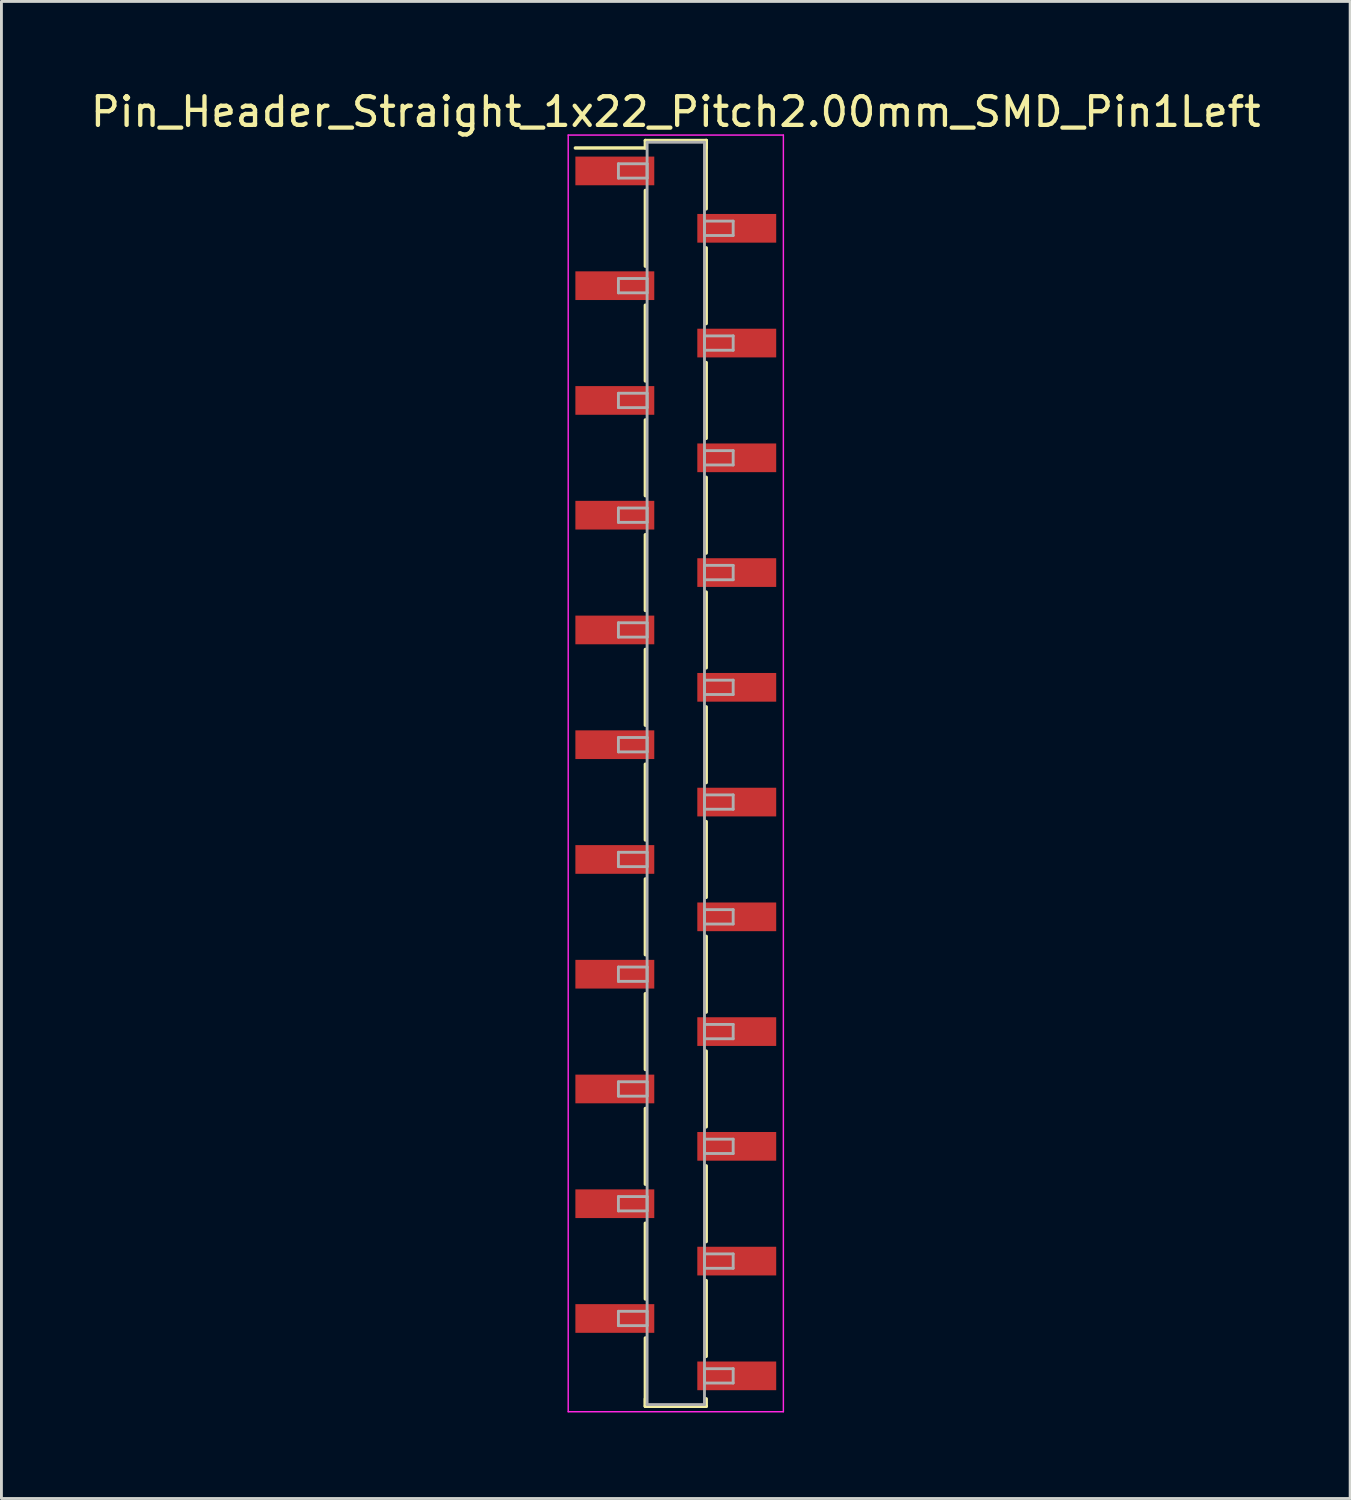
<source format=kicad_pcb>
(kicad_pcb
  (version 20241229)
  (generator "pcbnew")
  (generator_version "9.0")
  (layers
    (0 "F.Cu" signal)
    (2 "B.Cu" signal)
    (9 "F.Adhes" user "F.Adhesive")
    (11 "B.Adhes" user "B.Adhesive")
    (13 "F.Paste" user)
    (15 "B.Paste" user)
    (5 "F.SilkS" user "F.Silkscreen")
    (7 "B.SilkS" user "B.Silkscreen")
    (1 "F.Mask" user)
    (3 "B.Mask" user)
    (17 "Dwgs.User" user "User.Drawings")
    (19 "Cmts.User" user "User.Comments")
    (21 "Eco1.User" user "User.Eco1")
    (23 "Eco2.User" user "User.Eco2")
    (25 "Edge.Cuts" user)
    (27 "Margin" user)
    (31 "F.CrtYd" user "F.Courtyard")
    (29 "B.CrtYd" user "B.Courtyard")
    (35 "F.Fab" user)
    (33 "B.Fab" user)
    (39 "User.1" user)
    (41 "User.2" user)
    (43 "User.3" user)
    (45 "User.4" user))
  (footprint "Pin_Header_Straight_1x22_Pitch2.00mm_SMD_Pin1Left"
    (layer "F.Cu")
    (at 20.506 23.908)
    (property "Reference" "Pin_Header_Straight_1x22_Pitch2.00mm_SMD_Pin1Left" (at 0 -23.06 0) (layer "F.SilkS") (effects (font (size 1 1) (thickness 0.15))))
    (attr smd)
    (fp_line (start -1.06 -22.06) (end 1.06 -22.06) (stroke (width 0.12) (type solid)) (layer "F.SilkS"))
    (fp_line (start -1.06 -21.8) (end -3.5 -21.8) (stroke (width 0.12) (type solid)) (layer "F.SilkS"))
    (fp_line (start -1.06 -21.8) (end -1.06 -22.06) (stroke (width 0.12) (type solid)) (layer "F.SilkS"))
    (fp_line (start -1.06 -20.32) (end -1.06 -17.68) (stroke (width 0.12) (type solid)) (layer "F.SilkS"))
    (fp_line (start -1.06 -16.32) (end -1.06 -13.68) (stroke (width 0.12) (type solid)) (layer "F.SilkS"))
    (fp_line (start -1.06 -12.32) (end -1.06 -9.68) (stroke (width 0.12) (type solid)) (layer "F.SilkS"))
    (fp_line (start -1.06 -8.32) (end -1.06 -5.68) (stroke (width 0.12) (type solid)) (layer "F.SilkS"))
    (fp_line (start -1.06 -4.32) (end -1.06 -1.68) (stroke (width 0.12) (type solid)) (layer "F.SilkS"))
    (fp_line (start -1.06 -0.32) (end -1.06 2.32) (stroke (width 0.12) (type solid)) (layer "F.SilkS"))
    (fp_line (start -1.06 3.68) (end -1.06 6.32) (stroke (width 0.12) (type solid)) (layer "F.SilkS"))
    (fp_line (start -1.06 7.68) (end -1.06 10.32) (stroke (width 0.12) (type solid)) (layer "F.SilkS"))
    (fp_line (start -1.06 11.68) (end -1.06 14.32) (stroke (width 0.12) (type solid)) (layer "F.SilkS"))
    (fp_line (start -1.06 15.68) (end -1.06 18.32) (stroke (width 0.12) (type solid)) (layer "F.SilkS"))
    (fp_line (start -1.06 19.68) (end -1.06 22.06) (stroke (width 0.12) (type solid)) (layer "F.SilkS"))
    (fp_line (start -1.06 21.8) (end -1.06 22.06) (stroke (width 0.12) (type solid)) (layer "F.SilkS"))
    (fp_line (start -1.06 22.06) (end 1.06 22.06) (stroke (width 0.12) (type solid)) (layer "F.SilkS"))
    (fp_line (start 1.06 -22.06) (end 1.06 -21.8) (stroke (width 0.12) (type solid)) (layer "F.SilkS"))
    (fp_line (start 1.06 -22.06) (end 1.06 -19.68) (stroke (width 0.12) (type solid)) (layer "F.SilkS"))
    (fp_line (start 1.06 -18.32) (end 1.06 -15.68) (stroke (width 0.12) (type solid)) (layer "F.SilkS"))
    (fp_line (start 1.06 -14.32) (end 1.06 -11.68) (stroke (width 0.12) (type solid)) (layer "F.SilkS"))
    (fp_line (start 1.06 -10.32) (end 1.06 -7.68) (stroke (width 0.12) (type solid)) (layer "F.SilkS"))
    (fp_line (start 1.06 -6.32) (end 1.06 -3.68) (stroke (width 0.12) (type solid)) (layer "F.SilkS"))
    (fp_line (start 1.06 -2.32) (end 1.06 0.32) (stroke (width 0.12) (type solid)) (layer "F.SilkS"))
    (fp_line (start 1.06 1.68) (end 1.06 4.32) (stroke (width 0.12) (type solid)) (layer "F.SilkS"))
    (fp_line (start 1.06 5.68) (end 1.06 8.32) (stroke (width 0.12) (type solid)) (layer "F.SilkS"))
    (fp_line (start 1.06 9.68) (end 1.06 12.32) (stroke (width 0.12) (type solid)) (layer "F.SilkS"))
    (fp_line (start 1.06 13.68) (end 1.06 16.32) (stroke (width 0.12) (type solid)) (layer "F.SilkS"))
    (fp_line (start 1.06 17.68) (end 1.06 20.32) (stroke (width 0.12) (type solid)) (layer "F.SilkS"))
    (fp_line (start 1.06 22.06) (end 1.06 21.8) (stroke (width 0.12) (type solid)) (layer "F.SilkS"))
    (fp_line (start -3.75 -22.25) (end -3.75 22.25) (stroke (width 0.05) (type solid)) (layer "F.CrtYd"))
    (fp_line (start -3.75 22.25) (end 3.75 22.25) (stroke (width 0.05) (type solid)) (layer "F.CrtYd"))
    (fp_line (start 3.75 -22.25) (end -3.75 -22.25) (stroke (width 0.05) (type solid)) (layer "F.CrtYd"))
    (fp_line (start 3.75 22.25) (end 3.75 -22.25) (stroke (width 0.05) (type solid)) (layer "F.CrtYd"))
    (fp_line (start -2 -21.25) (end -1 -21.25) (stroke (width 0.1) (type solid)) (layer "F.Fab"))
    (fp_line (start -2 -20.75) (end -2 -21.25) (stroke (width 0.1) (type solid)) (layer "F.Fab"))
    (fp_line (start -2 -17.25) (end -1 -17.25) (stroke (width 0.1) (type solid)) (layer "F.Fab"))
    (fp_line (start -2 -16.75) (end -2 -17.25) (stroke (width 0.1) (type solid)) (layer "F.Fab"))
    (fp_line (start -2 -13.25) (end -1 -13.25) (stroke (width 0.1) (type solid)) (layer "F.Fab"))
    (fp_line (start -2 -12.75) (end -2 -13.25) (stroke (width 0.1) (type solid)) (layer "F.Fab"))
    (fp_line (start -2 -9.25) (end -1 -9.25) (stroke (width 0.1) (type solid)) (layer "F.Fab"))
    (fp_line (start -2 -8.75) (end -2 -9.25) (stroke (width 0.1) (type solid)) (layer "F.Fab"))
    (fp_line (start -2 -5.25) (end -1 -5.25) (stroke (width 0.1) (type solid)) (layer "F.Fab"))
    (fp_line (start -2 -4.75) (end -2 -5.25) (stroke (width 0.1) (type solid)) (layer "F.Fab"))
    (fp_line (start -2 -1.25) (end -1 -1.25) (stroke (width 0.1) (type solid)) (layer "F.Fab"))
    (fp_line (start -2 -0.75) (end -2 -1.25) (stroke (width 0.1) (type solid)) (layer "F.Fab"))
    (fp_line (start -2 2.75) (end -1 2.75) (stroke (width 0.1) (type solid)) (layer "F.Fab"))
    (fp_line (start -2 3.25) (end -2 2.75) (stroke (width 0.1) (type solid)) (layer "F.Fab"))
    (fp_line (start -2 6.75) (end -1 6.75) (stroke (width 0.1) (type solid)) (layer "F.Fab"))
    (fp_line (start -2 7.25) (end -2 6.75) (stroke (width 0.1) (type solid)) (layer "F.Fab"))
    (fp_line (start -2 10.75) (end -1 10.75) (stroke (width 0.1) (type solid)) (layer "F.Fab"))
    (fp_line (start -2 11.25) (end -2 10.75) (stroke (width 0.1) (type solid)) (layer "F.Fab"))
    (fp_line (start -2 14.75) (end -1 14.75) (stroke (width 0.1) (type solid)) (layer "F.Fab"))
    (fp_line (start -2 15.25) (end -2 14.75) (stroke (width 0.1) (type solid)) (layer "F.Fab"))
    (fp_line (start -2 18.75) (end -1 18.75) (stroke (width 0.1) (type solid)) (layer "F.Fab"))
    (fp_line (start -2 19.25) (end -2 18.75) (stroke (width 0.1) (type solid)) (layer "F.Fab"))
    (fp_line (start -1 -22) (end -1 22) (stroke (width 0.1) (type solid)) (layer "F.Fab"))
    (fp_line (start -1 -21.25) (end -1 -20.75) (stroke (width 0.1) (type solid)) (layer "F.Fab"))
    (fp_line (start -1 -20.75) (end -2 -20.75) (stroke (width 0.1) (type solid)) (layer "F.Fab"))
    (fp_line (start -1 -17.25) (end -1 -16.75) (stroke (width 0.1) (type solid)) (layer "F.Fab"))
    (fp_line (start -1 -16.75) (end -2 -16.75) (stroke (width 0.1) (type solid)) (layer "F.Fab"))
    (fp_line (start -1 -13.25) (end -1 -12.75) (stroke (width 0.1) (type solid)) (layer "F.Fab"))
    (fp_line (start -1 -12.75) (end -2 -12.75) (stroke (width 0.1) (type solid)) (layer "F.Fab"))
    (fp_line (start -1 -9.25) (end -1 -8.75) (stroke (width 0.1) (type solid)) (layer "F.Fab"))
    (fp_line (start -1 -8.75) (end -2 -8.75) (stroke (width 0.1) (type solid)) (layer "F.Fab"))
    (fp_line (start -1 -5.25) (end -1 -4.75) (stroke (width 0.1) (type solid)) (layer "F.Fab"))
    (fp_line (start -1 -4.75) (end -2 -4.75) (stroke (width 0.1) (type solid)) (layer "F.Fab"))
    (fp_line (start -1 -1.25) (end -1 -0.75) (stroke (width 0.1) (type solid)) (layer "F.Fab"))
    (fp_line (start -1 -0.75) (end -2 -0.75) (stroke (width 0.1) (type solid)) (layer "F.Fab"))
    (fp_line (start -1 2.75) (end -1 3.25) (stroke (width 0.1) (type solid)) (layer "F.Fab"))
    (fp_line (start -1 3.25) (end -2 3.25) (stroke (width 0.1) (type solid)) (layer "F.Fab"))
    (fp_line (start -1 6.75) (end -1 7.25) (stroke (width 0.1) (type solid)) (layer "F.Fab"))
    (fp_line (start -1 7.25) (end -2 7.25) (stroke (width 0.1) (type solid)) (layer "F.Fab"))
    (fp_line (start -1 10.75) (end -1 11.25) (stroke (width 0.1) (type solid)) (layer "F.Fab"))
    (fp_line (start -1 11.25) (end -2 11.25) (stroke (width 0.1) (type solid)) (layer "F.Fab"))
    (fp_line (start -1 14.75) (end -1 15.25) (stroke (width 0.1) (type solid)) (layer "F.Fab"))
    (fp_line (start -1 15.25) (end -2 15.25) (stroke (width 0.1) (type solid)) (layer "F.Fab"))
    (fp_line (start -1 18.75) (end -1 19.25) (stroke (width 0.1) (type solid)) (layer "F.Fab"))
    (fp_line (start -1 19.25) (end -2 19.25) (stroke (width 0.1) (type solid)) (layer "F.Fab"))
    (fp_line (start -1 22) (end 1 22) (stroke (width 0.1) (type solid)) (layer "F.Fab"))
    (fp_line (start 1 -22) (end -1 -22) (stroke (width 0.1) (type solid)) (layer "F.Fab"))
    (fp_line (start 1 -19.25) (end 1 -18.75) (stroke (width 0.1) (type solid)) (layer "F.Fab"))
    (fp_line (start 1 -18.75) (end 2 -18.75) (stroke (width 0.1) (type solid)) (layer "F.Fab"))
    (fp_line (start 1 -15.25) (end 1 -14.75) (stroke (width 0.1) (type solid)) (layer "F.Fab"))
    (fp_line (start 1 -14.75) (end 2 -14.75) (stroke (width 0.1) (type solid)) (layer "F.Fab"))
    (fp_line (start 1 -11.25) (end 1 -10.75) (stroke (width 0.1) (type solid)) (layer "F.Fab"))
    (fp_line (start 1 -10.75) (end 2 -10.75) (stroke (width 0.1) (type solid)) (layer "F.Fab"))
    (fp_line (start 1 -7.25) (end 1 -6.75) (stroke (width 0.1) (type solid)) (layer "F.Fab"))
    (fp_line (start 1 -6.75) (end 2 -6.75) (stroke (width 0.1) (type solid)) (layer "F.Fab"))
    (fp_line (start 1 -3.25) (end 1 -2.75) (stroke (width 0.1) (type solid)) (layer "F.Fab"))
    (fp_line (start 1 -2.75) (end 2 -2.75) (stroke (width 0.1) (type solid)) (layer "F.Fab"))
    (fp_line (start 1 0.75) (end 1 1.25) (stroke (width 0.1) (type solid)) (layer "F.Fab"))
    (fp_line (start 1 1.25) (end 2 1.25) (stroke (width 0.1) (type solid)) (layer "F.Fab"))
    (fp_line (start 1 4.75) (end 1 5.25) (stroke (width 0.1) (type solid)) (layer "F.Fab"))
    (fp_line (start 1 5.25) (end 2 5.25) (stroke (width 0.1) (type solid)) (layer "F.Fab"))
    (fp_line (start 1 8.75) (end 1 9.25) (stroke (width 0.1) (type solid)) (layer "F.Fab"))
    (fp_line (start 1 9.25) (end 2 9.25) (stroke (width 0.1) (type solid)) (layer "F.Fab"))
    (fp_line (start 1 12.75) (end 1 13.25) (stroke (width 0.1) (type solid)) (layer "F.Fab"))
    (fp_line (start 1 13.25) (end 2 13.25) (stroke (width 0.1) (type solid)) (layer "F.Fab"))
    (fp_line (start 1 16.75) (end 1 17.25) (stroke (width 0.1) (type solid)) (layer "F.Fab"))
    (fp_line (start 1 17.25) (end 2 17.25) (stroke (width 0.1) (type solid)) (layer "F.Fab"))
    (fp_line (start 1 20.75) (end 1 21.25) (stroke (width 0.1) (type solid)) (layer "F.Fab"))
    (fp_line (start 1 21.25) (end 2 21.25) (stroke (width 0.1) (type solid)) (layer "F.Fab"))
    (fp_line (start 1 22) (end 1 -22) (stroke (width 0.1) (type solid)) (layer "F.Fab"))
    (fp_line (start 2 -19.25) (end 1 -19.25) (stroke (width 0.1) (type solid)) (layer "F.Fab"))
    (fp_line (start 2 -18.75) (end 2 -19.25) (stroke (width 0.1) (type solid)) (layer "F.Fab"))
    (fp_line (start 2 -15.25) (end 1 -15.25) (stroke (width 0.1) (type solid)) (layer "F.Fab"))
    (fp_line (start 2 -14.75) (end 2 -15.25) (stroke (width 0.1) (type solid)) (layer "F.Fab"))
    (fp_line (start 2 -11.25) (end 1 -11.25) (stroke (width 0.1) (type solid)) (layer "F.Fab"))
    (fp_line (start 2 -10.75) (end 2 -11.25) (stroke (width 0.1) (type solid)) (layer "F.Fab"))
    (fp_line (start 2 -7.25) (end 1 -7.25) (stroke (width 0.1) (type solid)) (layer "F.Fab"))
    (fp_line (start 2 -6.75) (end 2 -7.25) (stroke (width 0.1) (type solid)) (layer "F.Fab"))
    (fp_line (start 2 -3.25) (end 1 -3.25) (stroke (width 0.1) (type solid)) (layer "F.Fab"))
    (fp_line (start 2 -2.75) (end 2 -3.25) (stroke (width 0.1) (type solid)) (layer "F.Fab"))
    (fp_line (start 2 0.75) (end 1 0.75) (stroke (width 0.1) (type solid)) (layer "F.Fab"))
    (fp_line (start 2 1.25) (end 2 0.75) (stroke (width 0.1) (type solid)) (layer "F.Fab"))
    (fp_line (start 2 4.75) (end 1 4.75) (stroke (width 0.1) (type solid)) (layer "F.Fab"))
    (fp_line (start 2 5.25) (end 2 4.75) (stroke (width 0.1) (type solid)) (layer "F.Fab"))
    (fp_line (start 2 8.75) (end 1 8.75) (stroke (width 0.1) (type solid)) (layer "F.Fab"))
    (fp_line (start 2 9.25) (end 2 8.75) (stroke (width 0.1) (type solid)) (layer "F.Fab"))
    (fp_line (start 2 12.75) (end 1 12.75) (stroke (width 0.1) (type solid)) (layer "F.Fab"))
    (fp_line (start 2 13.25) (end 2 12.75) (stroke (width 0.1) (type solid)) (layer "F.Fab"))
    (fp_line (start 2 16.75) (end 1 16.75) (stroke (width 0.1) (type solid)) (layer "F.Fab"))
    (fp_line (start 2 17.25) (end 2 16.75) (stroke (width 0.1) (type solid)) (layer "F.Fab"))
    (fp_line (start 2 20.75) (end 1 20.75) (stroke (width 0.1) (type solid)) (layer "F.Fab"))
    (fp_line (start 2 21.25) (end 2 20.75) (stroke (width 0.1) (type solid)) (layer "F.Fab"))
    (pad "1" smd rect (at -2.125 -21) (size 2.75 1) (layers "F.Cu" "F.Mask"))
    (pad "2" smd rect (at 2.125 -19) (size 2.75 1) (layers "F.Cu" "F.Mask"))
    (pad "3" smd rect (at -2.125 -17) (size 2.75 1) (layers "F.Cu" "F.Mask"))
    (pad "4" smd rect (at 2.125 -15) (size 2.75 1) (layers "F.Cu" "F.Mask"))
    (pad "5" smd rect (at -2.125 -13) (size 2.75 1) (layers "F.Cu" "F.Mask"))
    (pad "6" smd rect (at 2.125 -11) (size 2.75 1) (layers "F.Cu" "F.Mask"))
    (pad "7" smd rect (at -2.125 -9) (size 2.75 1) (layers "F.Cu" "F.Mask"))
    (pad "8" smd rect (at 2.125 -7) (size 2.75 1) (layers "F.Cu" "F.Mask"))
    (pad "9" smd rect (at -2.125 -5) (size 2.75 1) (layers "F.Cu" "F.Mask"))
    (pad "10" smd rect (at 2.125 -3) (size 2.75 1) (layers "F.Cu" "F.Mask"))
    (pad "11" smd rect (at -2.125 -1) (size 2.75 1) (layers "F.Cu" "F.Mask"))
    (pad "12" smd rect (at 2.125 1) (size 2.75 1) (layers "F.Cu" "F.Mask"))
    (pad "13" smd rect (at -2.125 3) (size 2.75 1) (layers "F.Cu" "F.Mask"))
    (pad "14" smd rect (at 2.125 5) (size 2.75 1) (layers "F.Cu" "F.Mask"))
    (pad "15" smd rect (at -2.125 7) (size 2.75 1) (layers "F.Cu" "F.Mask"))
    (pad "16" smd rect (at 2.125 9) (size 2.75 1) (layers "F.Cu" "F.Mask"))
    (pad "17" smd rect (at -2.125 11) (size 2.75 1) (layers "F.Cu" "F.Mask"))
    (pad "18" smd rect (at 2.125 13) (size 2.75 1) (layers "F.Cu" "F.Mask"))
    (pad "19" smd rect (at -2.125 15) (size 2.75 1) (layers "F.Cu" "F.Mask"))
    (pad "20" smd rect (at 2.125 17) (size 2.75 1) (layers "F.Cu" "F.Mask"))
    (pad "21" smd rect (at -2.125 19) (size 2.75 1) (layers "F.Cu" "F.Mask"))
    (pad "22" smd rect (at 2.125 21) (size 2.75 1) (layers "F.Cu" "F.Mask")))
  (gr_rect
    (start -3 -3)
    (end 44.012 49.183)
    (stroke (width 0.1) (type default))
    (fill no)
    (layer "Edge.Cuts")))
</source>
